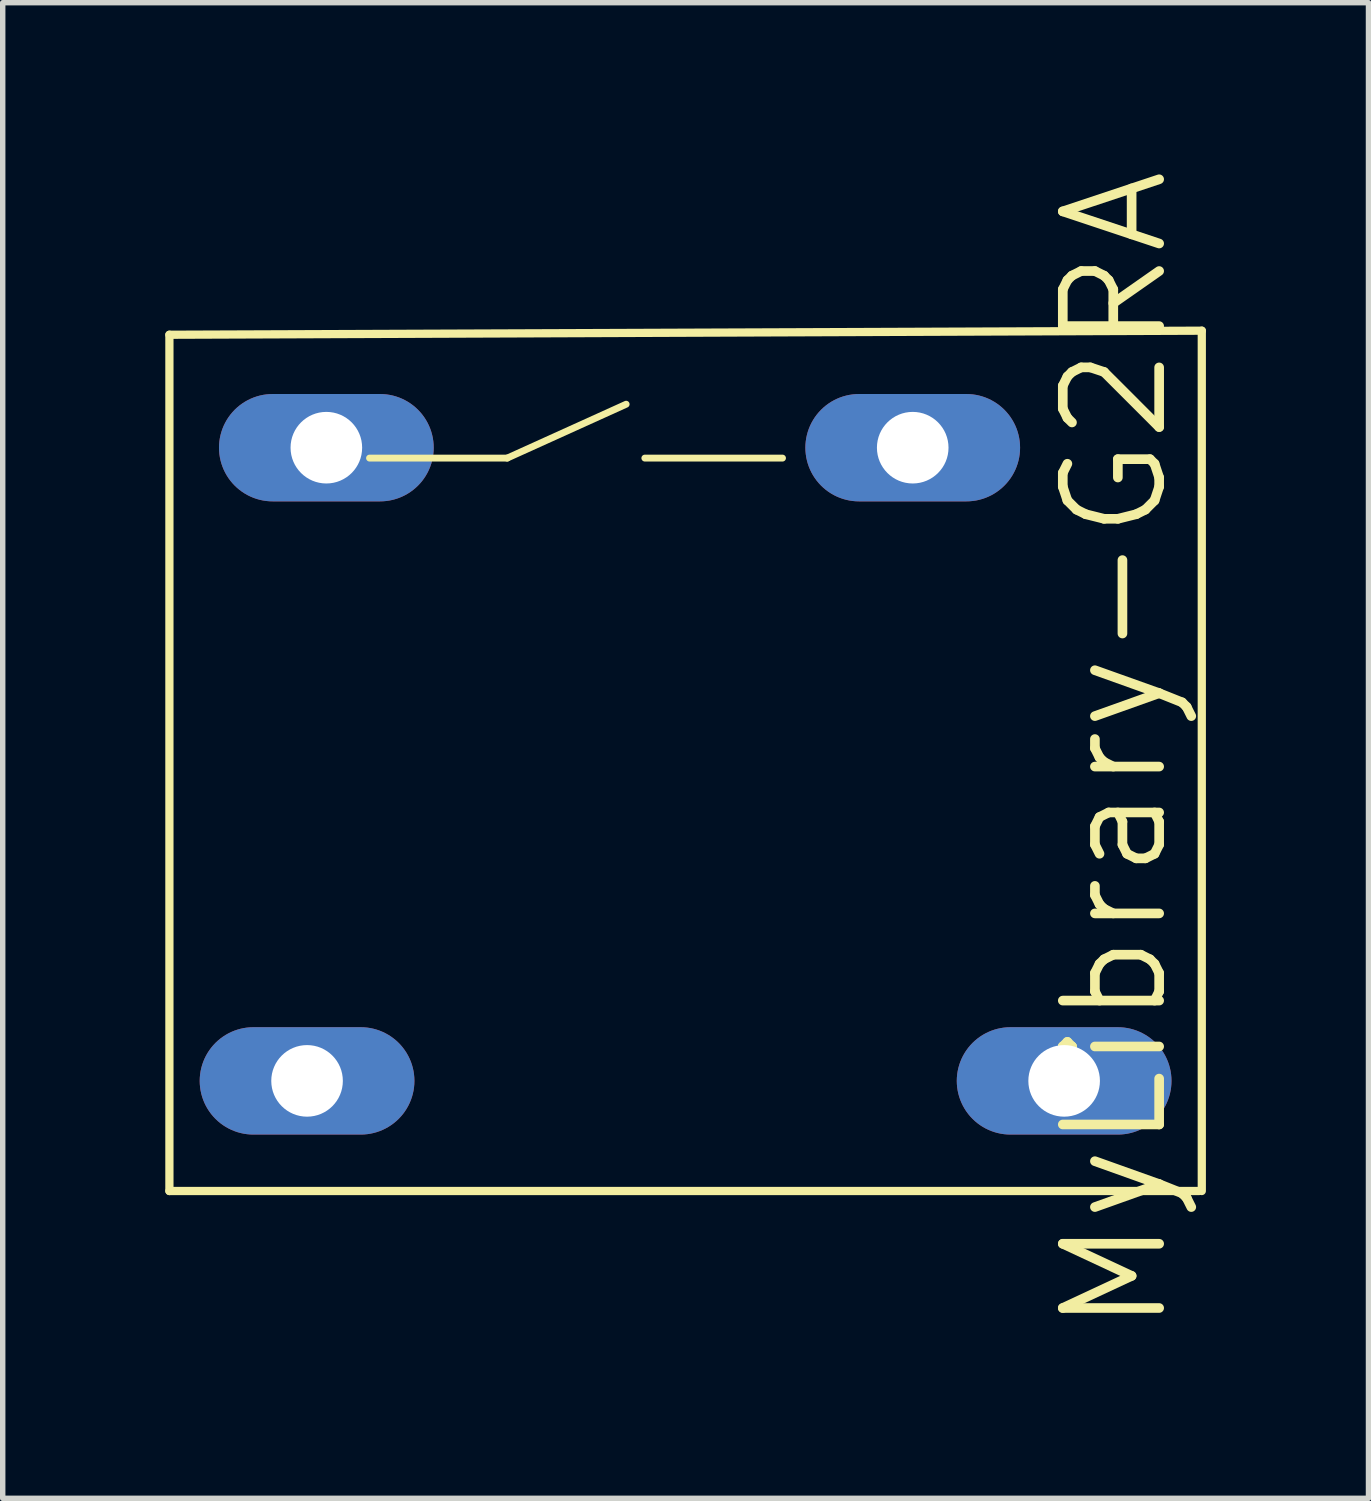
<source format=kicad_pcb>
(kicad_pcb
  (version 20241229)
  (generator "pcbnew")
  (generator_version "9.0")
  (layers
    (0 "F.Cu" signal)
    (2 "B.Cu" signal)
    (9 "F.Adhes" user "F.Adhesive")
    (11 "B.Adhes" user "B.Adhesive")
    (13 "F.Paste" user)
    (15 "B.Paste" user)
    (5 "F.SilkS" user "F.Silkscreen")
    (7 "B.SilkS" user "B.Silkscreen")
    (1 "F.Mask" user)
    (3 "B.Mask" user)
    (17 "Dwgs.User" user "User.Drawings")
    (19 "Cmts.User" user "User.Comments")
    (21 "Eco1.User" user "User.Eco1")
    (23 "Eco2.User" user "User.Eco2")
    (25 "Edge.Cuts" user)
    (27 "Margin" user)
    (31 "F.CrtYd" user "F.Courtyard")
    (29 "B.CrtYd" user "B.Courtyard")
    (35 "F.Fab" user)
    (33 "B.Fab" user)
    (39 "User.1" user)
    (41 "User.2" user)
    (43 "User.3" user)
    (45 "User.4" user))
  (footprint "MyLibrary-G2RA"
    (layer "F.Cu")
    (at 9.271 10.799)
    (property "Reference" "MyLibrary-G2RA" (at 8.255 0 90) (layer "F.SilkS") (effects (font (size 1.778 1.778) (thickness 0.178))))
    (attr exclude_from_pos_files exclude_from_bom)
    (fp_line (start -9.195 8.128) (end -9.195 -7.672) (stroke (width 0.152) (type solid)) (layer "F.SilkS"))
    (fp_line (start -9.195 8.128) (end 9.805 8.128) (stroke (width 0.152) (type solid)) (layer "F.SilkS"))
    (fp_line (start -5.502 -5.396) (end -2.962 -5.396) (stroke (width 0.127) (type solid)) (layer "F.SilkS"))
    (fp_line (start -2.962 -5.396) (end -0.767 -6.39) (stroke (width 0.127) (type solid)) (layer "F.SilkS"))
    (fp_line (start -0.422 -5.396) (end 2.118 -5.396) (stroke (width 0.127) (type solid)) (layer "F.SilkS"))
    (fp_line (start 9.855 -7.747) (end -9.195 -7.672) (stroke (width 0.152) (type solid)) (layer "F.SilkS"))
    (fp_line (start 9.855 -7.747) (end 9.855 8.128) (stroke (width 0.152) (type solid)) (layer "F.SilkS"))
    (pad "1" thru_hole oval (at -6.655 6.096 90) (size 1.981 3.962) (drill 1.321) (layers "*.Cu" "*.Paste" "*.Mask"))
    (pad "2" thru_hole oval (at 7.315 6.096 90) (size 1.981 3.962) (drill 1.321) (layers "*.Cu" "*.Paste" "*.Mask"))
    (pad "3" thru_hole oval (at -6.299 -5.588 270) (size 1.981 3.962) (drill 1.321) (layers "*.Cu" "*.Paste" "*.Mask"))
    (pad "4" thru_hole oval (at 4.521 -5.588 90) (size 1.981 3.962) (drill 1.321) (layers "*.Cu" "*.Paste" "*.Mask")))
  (gr_rect
    (start -3 -3)
    (end 22.202 24.598)
    (stroke (width 0.1) (type default))
    (fill no)
    (layer "Edge.Cuts")))
</source>
